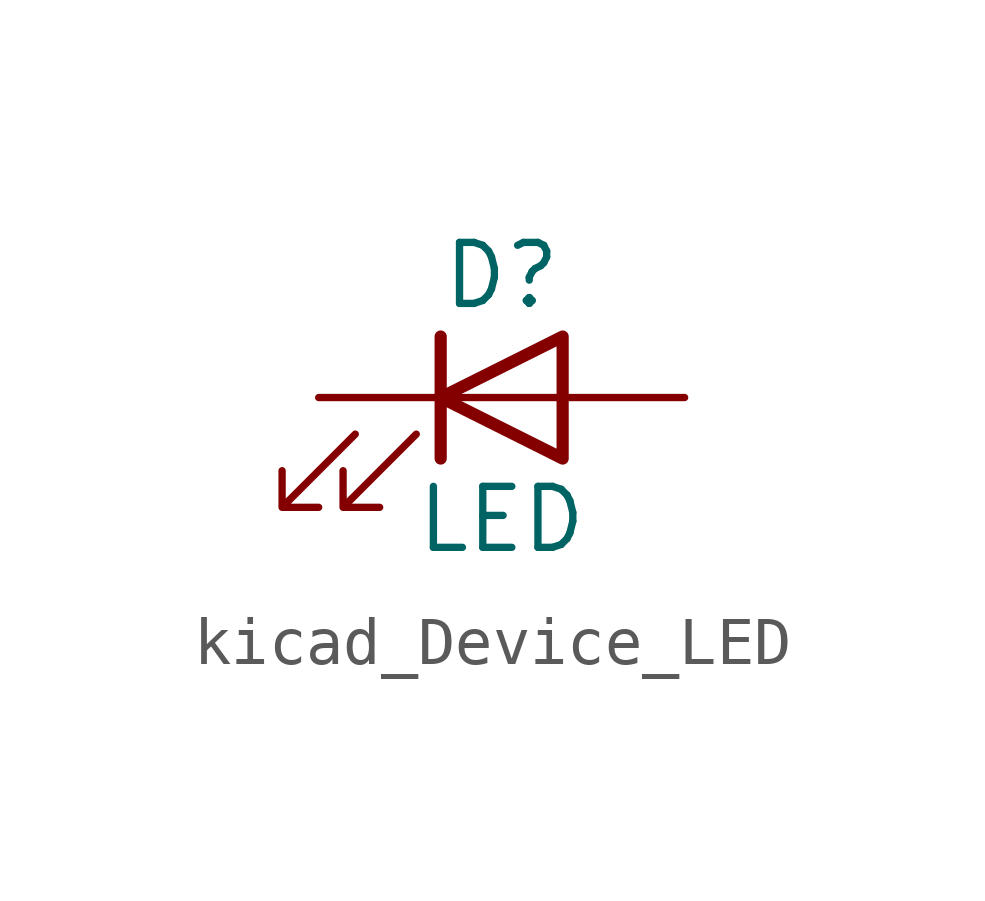
<source format=kicad_sym>
(kicad_symbol_lib
  (version 20220914)
  (generator kicad_symbol_editor)
  (symbol "kicad_Device_LED"
    (pin_numbers hide)
    (pin_names
      (offset 1.016) hide)
    (property "Reference" "D"
      (at 0 2.54 0)
      (effects (font (size 1.27 1.27))))
    (property "Value" "LED"
      (at 0 -2.54 0)
      (effects (font (size 1.27 1.27))))
    (symbol "kicad_Device_LED_0_1"
      (polyline (pts (xy -1.27 -1.27) (xy -1.27 1.27)) (stroke (width 0.254) (type default)) (fill (type none)))
      (polyline (pts (xy -1.27 0) (xy 1.27 0)) (stroke (width 0) (type default)) (fill (type none)))
      (polyline (pts (xy 1.27 -1.27) (xy 1.27 1.27) (xy -1.27 0) (xy 1.27 -1.27)) (stroke (width 0.254) (type default)) (fill (type none)))
      (polyline (pts (xy -3.048 -0.762) (xy -4.572 -2.286) (xy -3.81 -2.286) (xy -4.572 -2.286) (xy -4.572 -1.524)) (stroke (width 0) (type default)) (fill (type none)))
      (polyline (pts (xy -1.778 -0.762) (xy -3.302 -2.286) (xy -2.54 -2.286) (xy -3.302 -2.286) (xy -3.302 -1.524)) (stroke (width 0) (type default)) (fill (type none))))
    (symbol "kicad_Device_LED_1_1"
      (pin passive line (at -3.81 0 0) (length 2.54) (name "K" (effects (font (size 1.27 1.27)))) (number "1" (effects (font (size 1.27 1.27)))))
      (pin passive line (at 3.81 0 180) (length 2.54) (name "A" (effects (font (size 1.27 1.27)))) (number "2" (effects (font (size 1.27 1.27))))))))
</source>
